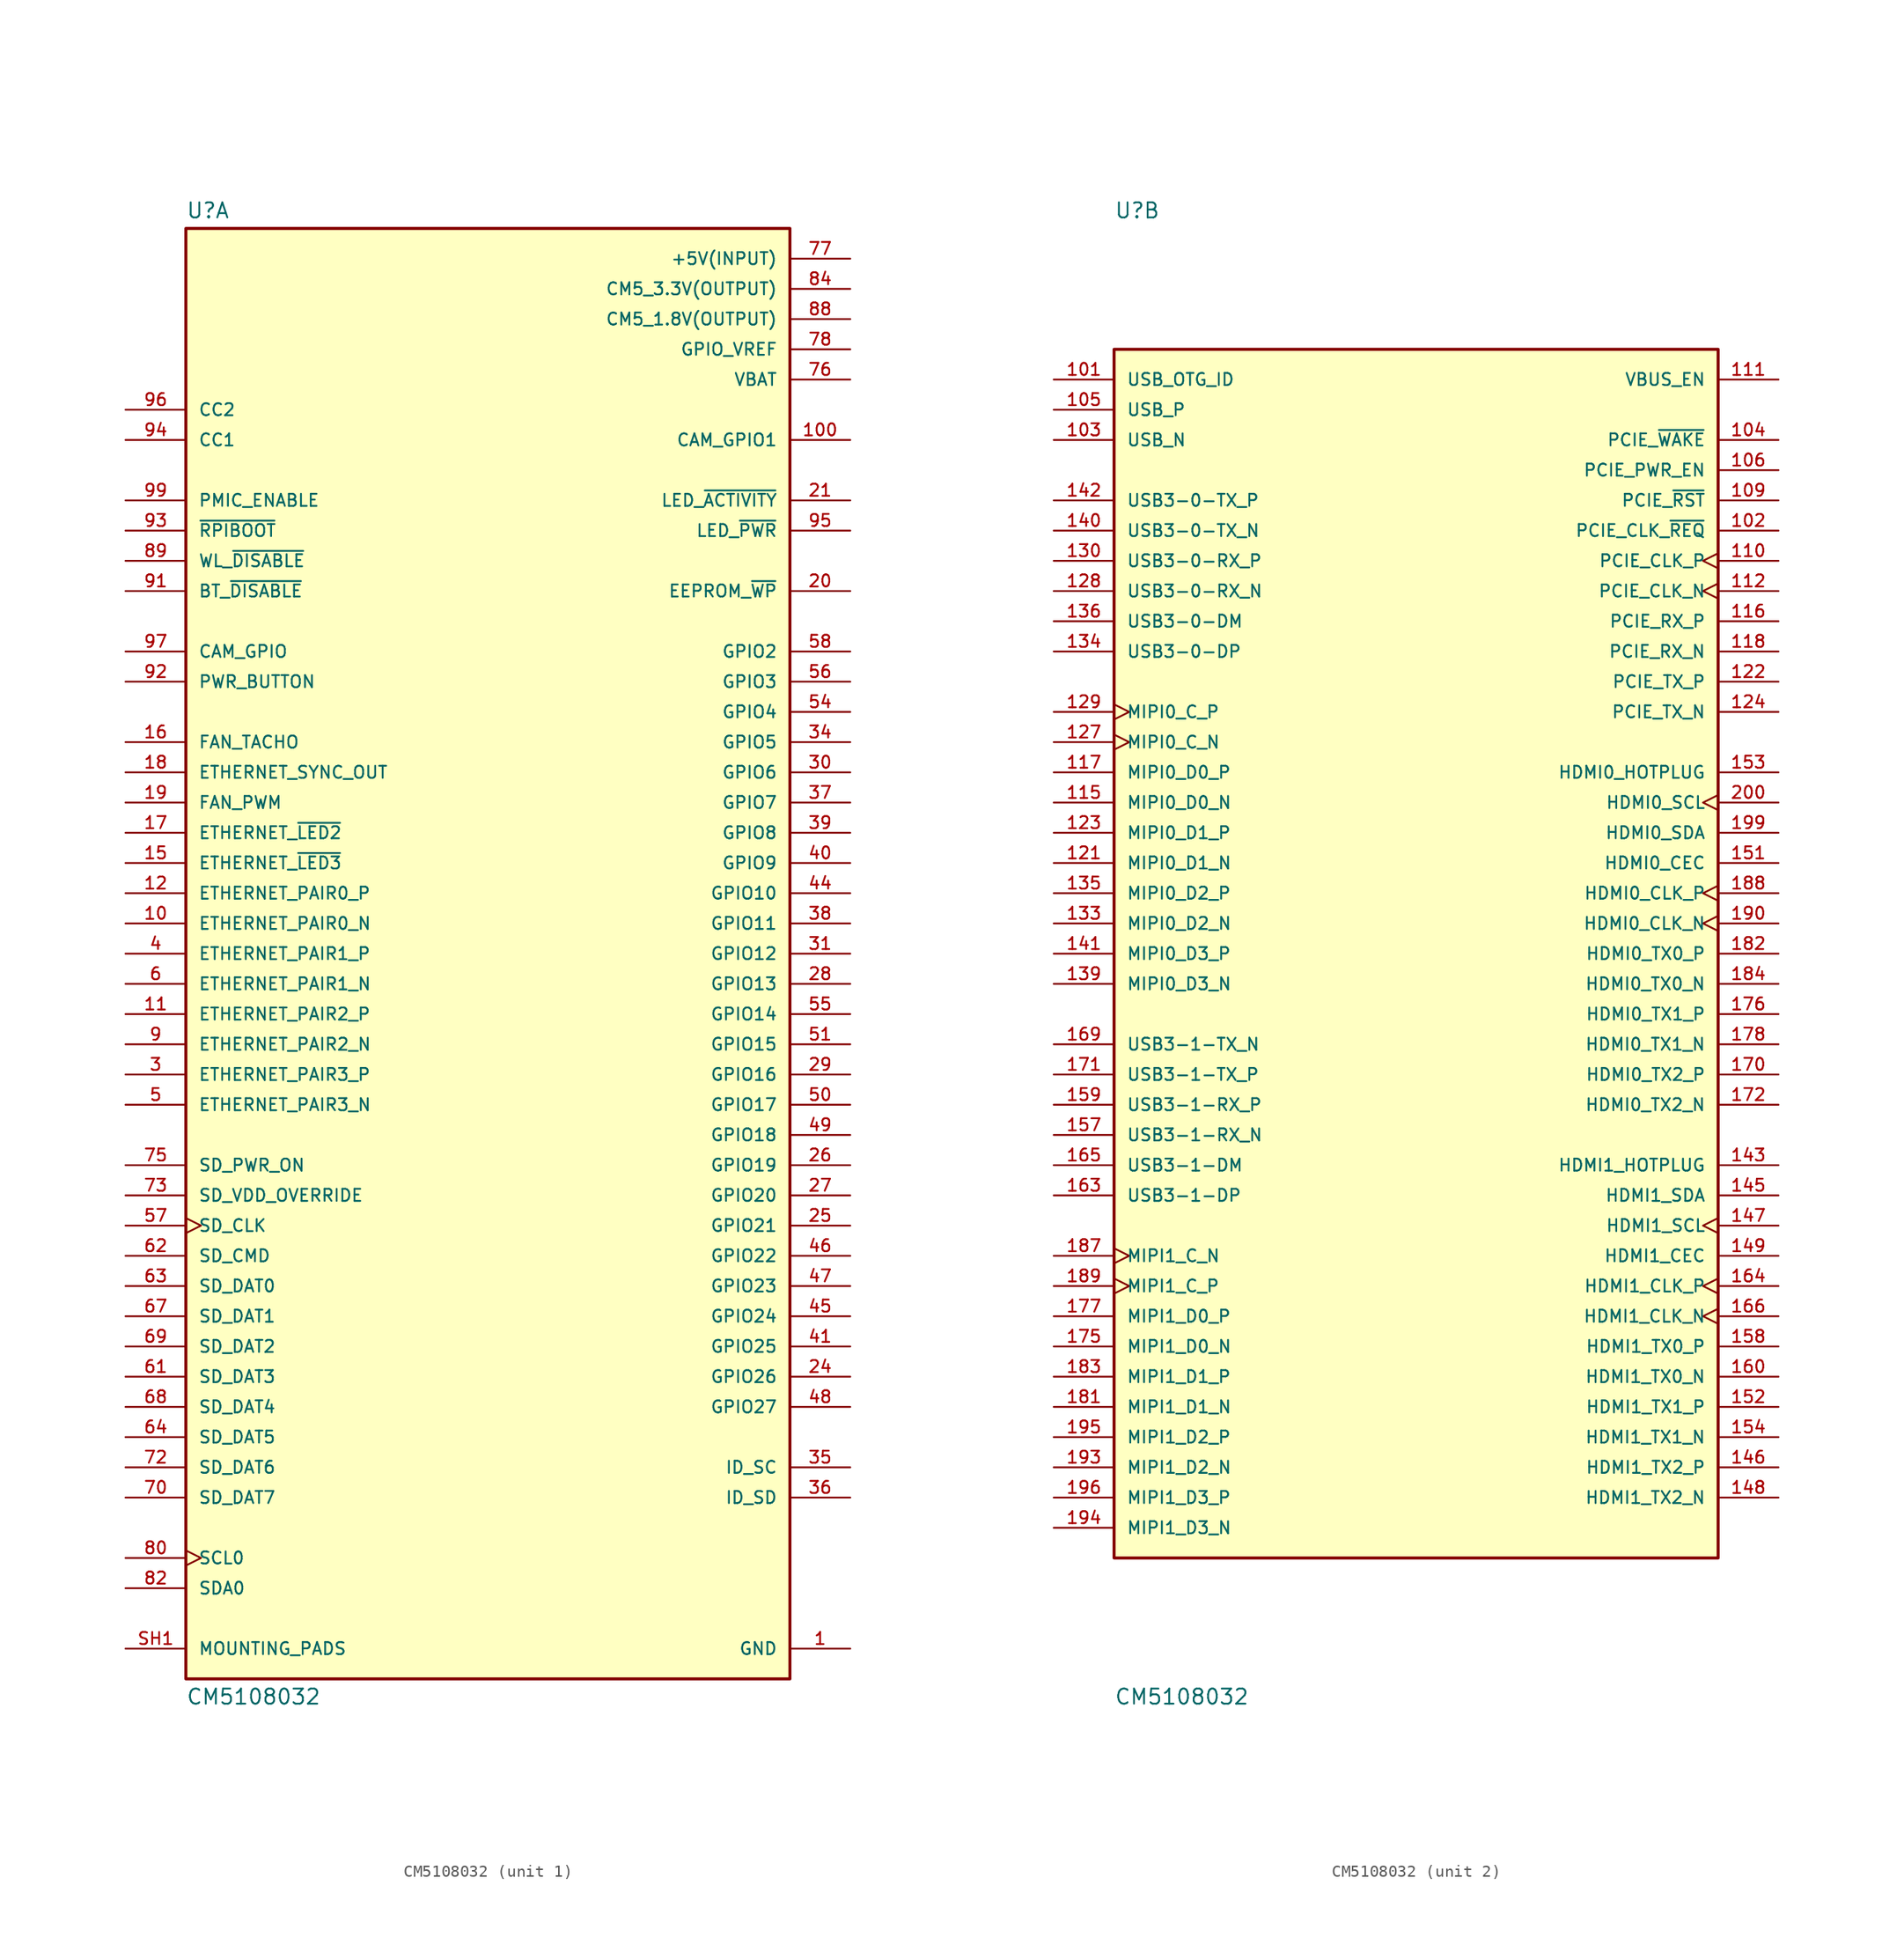
<source format=kicad_sym>
(kicad_symbol_lib
  (version 20241209)
  (generator "kicad_symbol_editor")
  (generator_version "9.0")
  (symbol "CM5108032"
    (pin_names
      (offset 1.016))
    (property "Reference" "U"
      (at -25.4 61.722 0)
      (effects (font (size 1.27 1.27)) (justify left bottom)))
    (property "Value" "CM5108032"
      (at -25.4 -61.722 0)
      (effects (font (size 1.27 1.27)) (justify left top)))
    (symbol "CM5108032_1_0"
      (rectangle (start -25.4 -60.96) (end 25.4 60.96) (stroke (width 0.254) (type default)) (fill (type background)))
      (pin bidirectional line (at -30.48 45.72 0) (length 5.08) (name "CC2" (effects (font (size 1.016 1.016)))) (number "96" (effects (font (size 1.016 1.016)))))
      (pin bidirectional line (at -30.48 43.18 0) (length 5.08) (name "CC1" (effects (font (size 1.016 1.016)))) (number "94" (effects (font (size 1.016 1.016)))))
      (pin input line (at -30.48 38.1 0) (length 5.08) (name "PMIC_ENABLE" (effects (font (size 1.016 1.016)))) (number "99" (effects (font (size 1.016 1.016)))))
      (pin input line (at -30.48 35.56 0) (length 5.08) (name "~{RPIBOOT}" (effects (font (size 1.016 1.016)))) (number "93" (effects (font (size 1.016 1.016)))))
      (pin input line (at -30.48 33.02 0) (length 5.08) (name "WL_~{DISABLE}" (effects (font (size 1.016 1.016)))) (number "89" (effects (font (size 1.016 1.016)))))
      (pin input line (at -30.48 30.48 0) (length 5.08) (name "BT_~{DISABLE}" (effects (font (size 1.016 1.016)))) (number "91" (effects (font (size 1.016 1.016)))))
      (pin bidirectional line (at -30.48 25.4 0) (length 5.08) (name "CAM_GPIO" (effects (font (size 1.016 1.016)))) (number "97" (effects (font (size 1.016 1.016)))))
      (pin input line (at -30.48 22.86 0) (length 5.08) (name "PWR_BUTTON" (effects (font (size 1.016 1.016)))) (number "92" (effects (font (size 1.016 1.016)))))
      (pin input line (at -30.48 17.78 0) (length 5.08) (name "FAN_TACHO" (effects (font (size 1.016 1.016)))) (number "16" (effects (font (size 1.016 1.016)))))
      (pin output line (at -30.48 15.24 0) (length 5.08) (name "ETHERNET_SYNC_OUT" (effects (font (size 1.016 1.016)))) (number "18" (effects (font (size 1.016 1.016)))))
      (pin output line (at -30.48 12.7 0) (length 5.08) (name "FAN_PWM" (effects (font (size 1.016 1.016)))) (number "19" (effects (font (size 1.016 1.016)))))
      (pin output line (at -30.48 10.16 0) (length 5.08) (name "ETHERNET_~{LED2}" (effects (font (size 1.016 1.016)))) (number "17" (effects (font (size 1.016 1.016)))))
      (pin output line (at -30.48 7.62 0) (length 5.08) (name "ETHERNET_~{LED3}" (effects (font (size 1.016 1.016)))) (number "15" (effects (font (size 1.016 1.016)))))
      (pin bidirectional line (at -30.48 5.08 0) (length 5.08) (name "ETHERNET_PAIR0_P" (effects (font (size 1.016 1.016)))) (number "12" (effects (font (size 1.016 1.016)))))
      (pin bidirectional line (at -30.48 2.54 0) (length 5.08) (name "ETHERNET_PAIR0_N" (effects (font (size 1.016 1.016)))) (number "10" (effects (font (size 1.016 1.016)))))
      (pin bidirectional line (at -30.48 0 0) (length 5.08) (name "ETHERNET_PAIR1_P" (effects (font (size 1.016 1.016)))) (number "4" (effects (font (size 1.016 1.016)))))
      (pin bidirectional line (at -30.48 -2.54 0) (length 5.08) (name "ETHERNET_PAIR1_N" (effects (font (size 1.016 1.016)))) (number "6" (effects (font (size 1.016 1.016)))))
      (pin bidirectional line (at -30.48 -5.08 0) (length 5.08) (name "ETHERNET_PAIR2_P" (effects (font (size 1.016 1.016)))) (number "11" (effects (font (size 1.016 1.016)))))
      (pin bidirectional line (at -30.48 -7.62 0) (length 5.08) (name "ETHERNET_PAIR2_N" (effects (font (size 1.016 1.016)))) (number "9" (effects (font (size 1.016 1.016)))))
      (pin bidirectional line (at -30.48 -10.16 0) (length 5.08) (name "ETHERNET_PAIR3_P" (effects (font (size 1.016 1.016)))) (number "3" (effects (font (size 1.016 1.016)))))
      (pin bidirectional line (at -30.48 -12.7 0) (length 5.08) (name "ETHERNET_PAIR3_N" (effects (font (size 1.016 1.016)))) (number "5" (effects (font (size 1.016 1.016)))))
      (pin output line (at -30.48 -17.78 0) (length 5.08) (name "SD_PWR_ON" (effects (font (size 1.016 1.016)))) (number "75" (effects (font (size 1.016 1.016)))))
      (pin input line (at -30.48 -20.32 0) (length 5.08) (name "SD_VDD_OVERRIDE" (effects (font (size 1.016 1.016)))) (number "73" (effects (font (size 1.016 1.016)))))
      (pin bidirectional clock (at -30.48 -22.86 0) (length 5.08) (name "SD_CLK" (effects (font (size 1.016 1.016)))) (number "57" (effects (font (size 1.016 1.016)))))
      (pin input line (at -30.48 -25.4 0) (length 5.08) (name "SD_CMD" (effects (font (size 1.016 1.016)))) (number "62" (effects (font (size 1.016 1.016)))))
      (pin bidirectional line (at -30.48 -27.94 0) (length 5.08) (name "SD_DAT0" (effects (font (size 1.016 1.016)))) (number "63" (effects (font (size 1.016 1.016)))))
      (pin bidirectional line (at -30.48 -30.48 0) (length 5.08) (name "SD_DAT1" (effects (font (size 1.016 1.016)))) (number "67" (effects (font (size 1.016 1.016)))))
      (pin bidirectional line (at -30.48 -33.02 0) (length 5.08) (name "SD_DAT2" (effects (font (size 1.016 1.016)))) (number "69" (effects (font (size 1.016 1.016)))))
      (pin bidirectional line (at -30.48 -35.56 0) (length 5.08) (name "SD_DAT3" (effects (font (size 1.016 1.016)))) (number "61" (effects (font (size 1.016 1.016)))))
      (pin bidirectional line (at -30.48 -38.1 0) (length 5.08) (name "SD_DAT4" (effects (font (size 1.016 1.016)))) (number "68" (effects (font (size 1.016 1.016)))))
      (pin bidirectional line (at -30.48 -40.64 0) (length 5.08) (name "SD_DAT5" (effects (font (size 1.016 1.016)))) (number "64" (effects (font (size 1.016 1.016)))))
      (pin bidirectional line (at -30.48 -43.18 0) (length 5.08) (name "SD_DAT6" (effects (font (size 1.016 1.016)))) (number "72" (effects (font (size 1.016 1.016)))))
      (pin bidirectional line (at -30.48 -45.72 0) (length 5.08) (name "SD_DAT7" (effects (font (size 1.016 1.016)))) (number "70" (effects (font (size 1.016 1.016)))))
      (pin input clock (at -30.48 -50.8 0) (length 5.08) (name "SCL0" (effects (font (size 1.016 1.016)))) (number "80" (effects (font (size 1.016 1.016)))))
      (pin bidirectional line (at -30.48 -53.34 0) (length 5.08) (name "SDA0" (effects (font (size 1.016 1.016)))) (number "82" (effects (font (size 1.016 1.016)))))
      (pin passive line (at -30.48 -58.42 0) (length 5.08) (name "MOUNTING_PADS" (effects (font (size 1.016 1.016)))) (number "SH1" (effects (font (size 1.016 1.016)))))
      (pin passive line (at -30.48 -58.42 0) (length 5.08) (hide yes) (name "MOUNTING_PADS" (effects (font (size 1.016 1.016)))) (number "SH2" (effects (font (size 1.016 1.016)))))
      (pin passive line (at -30.48 -58.42 0) (length 5.08) (hide yes) (name "MOUNTING_PADS" (effects (font (size 1.016 1.016)))) (number "SH3" (effects (font (size 1.016 1.016)))))
      (pin passive line (at -30.48 -58.42 0) (length 5.08) (hide yes) (name "MOUNTING_PADS" (effects (font (size 1.016 1.016)))) (number "SH4" (effects (font (size 1.016 1.016)))))
      (pin power_in line (at 30.48 58.42 180) (length 5.08) (name "+5V(INPUT)" (effects (font (size 1.016 1.016)))) (number "77" (effects (font (size 1.016 1.016)))))
      (pin power_in line (at 30.48 58.42 180) (length 5.08) (hide yes) (name "+5V(INPUT)" (effects (font (size 1.016 1.016)))) (number "79" (effects (font (size 1.016 1.016)))))
      (pin power_in line (at 30.48 58.42 180) (length 5.08) (hide yes) (name "+5V(INPUT)" (effects (font (size 1.016 1.016)))) (number "81" (effects (font (size 1.016 1.016)))))
      (pin power_in line (at 30.48 58.42 180) (length 5.08) (hide yes) (name "+5V(INPUT)" (effects (font (size 1.016 1.016)))) (number "83" (effects (font (size 1.016 1.016)))))
      (pin power_in line (at 30.48 58.42 180) (length 5.08) (hide yes) (name "+5V(INPUT)" (effects (font (size 1.016 1.016)))) (number "85" (effects (font (size 1.016 1.016)))))
      (pin power_in line (at 30.48 58.42 180) (length 5.08) (hide yes) (name "+5V(INPUT)" (effects (font (size 1.016 1.016)))) (number "87" (effects (font (size 1.016 1.016)))))
      (pin power_in line (at 30.48 55.88 180) (length 5.08) (name "CM5_3.3V(OUTPUT)" (effects (font (size 1.016 1.016)))) (number "84" (effects (font (size 1.016 1.016)))))
      (pin power_in line (at 30.48 55.88 180) (length 5.08) (hide yes) (name "CM5_3.3V(OUTPUT)" (effects (font (size 1.016 1.016)))) (number "86" (effects (font (size 1.016 1.016)))))
      (pin power_in line (at 30.48 53.34 180) (length 5.08) (name "CM5_1.8V(OUTPUT)" (effects (font (size 1.016 1.016)))) (number "88" (effects (font (size 1.016 1.016)))))
      (pin power_in line (at 30.48 53.34 180) (length 5.08) (hide yes) (name "CM5_1.8V(OUTPUT)" (effects (font (size 1.016 1.016)))) (number "90" (effects (font (size 1.016 1.016)))))
      (pin power_in line (at 30.48 50.8 180) (length 5.08) (name "GPIO_VREF" (effects (font (size 1.016 1.016)))) (number "78" (effects (font (size 1.016 1.016)))))
      (pin power_in line (at 30.48 48.26 180) (length 5.08) (name "VBAT" (effects (font (size 1.016 1.016)))) (number "76" (effects (font (size 1.016 1.016)))))
      (pin output line (at 30.48 43.18 180) (length 5.08) (name "CAM_GPIO1" (effects (font (size 1.016 1.016)))) (number "100" (effects (font (size 1.016 1.016)))))
      (pin bidirectional line (at 30.48 38.1 180) (length 5.08) (name "LED_~{ACTIVITY}" (effects (font (size 1.016 1.016)))) (number "21" (effects (font (size 1.016 1.016)))))
      (pin output line (at 30.48 35.56 180) (length 5.08) (name "LED_~{PWR}" (effects (font (size 1.016 1.016)))) (number "95" (effects (font (size 1.016 1.016)))))
      (pin bidirectional line (at 30.48 30.48 180) (length 5.08) (name "EEPROM_~{WP}" (effects (font (size 1.016 1.016)))) (number "20" (effects (font (size 1.016 1.016)))))
      (pin bidirectional line (at 30.48 25.4 180) (length 5.08) (name "GPIO2" (effects (font (size 1.016 1.016)))) (number "58" (effects (font (size 1.016 1.016)))))
      (pin bidirectional line (at 30.48 22.86 180) (length 5.08) (name "GPIO3" (effects (font (size 1.016 1.016)))) (number "56" (effects (font (size 1.016 1.016)))))
      (pin bidirectional line (at 30.48 20.32 180) (length 5.08) (name "GPIO4" (effects (font (size 1.016 1.016)))) (number "54" (effects (font (size 1.016 1.016)))))
      (pin bidirectional line (at 30.48 17.78 180) (length 5.08) (name "GPIO5" (effects (font (size 1.016 1.016)))) (number "34" (effects (font (size 1.016 1.016)))))
      (pin bidirectional line (at 30.48 15.24 180) (length 5.08) (name "GPIO6" (effects (font (size 1.016 1.016)))) (number "30" (effects (font (size 1.016 1.016)))))
      (pin bidirectional line (at 30.48 12.7 180) (length 5.08) (name "GPIO7" (effects (font (size 1.016 1.016)))) (number "37" (effects (font (size 1.016 1.016)))))
      (pin bidirectional line (at 30.48 10.16 180) (length 5.08) (name "GPIO8" (effects (font (size 1.016 1.016)))) (number "39" (effects (font (size 1.016 1.016)))))
      (pin bidirectional line (at 30.48 7.62 180) (length 5.08) (name "GPIO9" (effects (font (size 1.016 1.016)))) (number "40" (effects (font (size 1.016 1.016)))))
      (pin bidirectional line (at 30.48 5.08 180) (length 5.08) (name "GPIO10" (effects (font (size 1.016 1.016)))) (number "44" (effects (font (size 1.016 1.016)))))
      (pin bidirectional line (at 30.48 2.54 180) (length 5.08) (name "GPIO11" (effects (font (size 1.016 1.016)))) (number "38" (effects (font (size 1.016 1.016)))))
      (pin bidirectional line (at 30.48 0 180) (length 5.08) (name "GPIO12" (effects (font (size 1.016 1.016)))) (number "31" (effects (font (size 1.016 1.016)))))
      (pin bidirectional line (at 30.48 -2.54 180) (length 5.08) (name "GPIO13" (effects (font (size 1.016 1.016)))) (number "28" (effects (font (size 1.016 1.016)))))
      (pin bidirectional line (at 30.48 -5.08 180) (length 5.08) (name "GPIO14" (effects (font (size 1.016 1.016)))) (number "55" (effects (font (size 1.016 1.016)))))
      (pin bidirectional line (at 30.48 -7.62 180) (length 5.08) (name "GPIO15" (effects (font (size 1.016 1.016)))) (number "51" (effects (font (size 1.016 1.016)))))
      (pin bidirectional line (at 30.48 -10.16 180) (length 5.08) (name "GPIO16" (effects (font (size 1.016 1.016)))) (number "29" (effects (font (size 1.016 1.016)))))
      (pin bidirectional line (at 30.48 -12.7 180) (length 5.08) (name "GPIO17" (effects (font (size 1.016 1.016)))) (number "50" (effects (font (size 1.016 1.016)))))
      (pin bidirectional line (at 30.48 -15.24 180) (length 5.08) (name "GPIO18" (effects (font (size 1.016 1.016)))) (number "49" (effects (font (size 1.016 1.016)))))
      (pin bidirectional line (at 30.48 -17.78 180) (length 5.08) (name "GPIO19" (effects (font (size 1.016 1.016)))) (number "26" (effects (font (size 1.016 1.016)))))
      (pin bidirectional line (at 30.48 -20.32 180) (length 5.08) (name "GPIO20" (effects (font (size 1.016 1.016)))) (number "27" (effects (font (size 1.016 1.016)))))
      (pin bidirectional line (at 30.48 -22.86 180) (length 5.08) (name "GPIO21" (effects (font (size 1.016 1.016)))) (number "25" (effects (font (size 1.016 1.016)))))
      (pin bidirectional line (at 30.48 -25.4 180) (length 5.08) (name "GPIO22" (effects (font (size 1.016 1.016)))) (number "46" (effects (font (size 1.016 1.016)))))
      (pin bidirectional line (at 30.48 -27.94 180) (length 5.08) (name "GPIO23" (effects (font (size 1.016 1.016)))) (number "47" (effects (font (size 1.016 1.016)))))
      (pin bidirectional line (at 30.48 -30.48 180) (length 5.08) (name "GPIO24" (effects (font (size 1.016 1.016)))) (number "45" (effects (font (size 1.016 1.016)))))
      (pin bidirectional line (at 30.48 -33.02 180) (length 5.08) (name "GPIO25" (effects (font (size 1.016 1.016)))) (number "41" (effects (font (size 1.016 1.016)))))
      (pin bidirectional line (at 30.48 -35.56 180) (length 5.08) (name "GPIO26" (effects (font (size 1.016 1.016)))) (number "24" (effects (font (size 1.016 1.016)))))
      (pin bidirectional line (at 30.48 -38.1 180) (length 5.08) (name "GPIO27" (effects (font (size 1.016 1.016)))) (number "48" (effects (font (size 1.016 1.016)))))
      (pin bidirectional line (at 30.48 -43.18 180) (length 5.08) (name "ID_SC" (effects (font (size 1.016 1.016)))) (number "35" (effects (font (size 1.016 1.016)))))
      (pin bidirectional line (at 30.48 -45.72 180) (length 5.08) (name "ID_SD" (effects (font (size 1.016 1.016)))) (number "36" (effects (font (size 1.016 1.016)))))
      (pin power_in line (at 30.48 -58.42 180) (length 5.08) (name "GND" (effects (font (size 1.016 1.016)))) (number "1" (effects (font (size 1.016 1.016)))))
      (pin power_in line (at 30.48 -58.42 180) (length 5.08) (hide yes) (name "GND" (effects (font (size 1.016 1.016)))) (number "107" (effects (font (size 1.016 1.016)))))
      (pin power_in line (at 30.48 -58.42 180) (length 5.08) (hide yes) (name "GND" (effects (font (size 1.016 1.016)))) (number "108" (effects (font (size 1.016 1.016)))))
      (pin power_in line (at 30.48 -58.42 180) (length 5.08) (hide yes) (name "GND" (effects (font (size 1.016 1.016)))) (number "113" (effects (font (size 1.016 1.016)))))
      (pin power_in line (at 30.48 -58.42 180) (length 5.08) (hide yes) (name "GND" (effects (font (size 1.016 1.016)))) (number "114" (effects (font (size 1.016 1.016)))))
      (pin power_in line (at 30.48 -58.42 180) (length 5.08) (hide yes) (name "GND" (effects (font (size 1.016 1.016)))) (number "119" (effects (font (size 1.016 1.016)))))
      (pin power_in line (at 30.48 -58.42 180) (length 5.08) (hide yes) (name "GND" (effects (font (size 1.016 1.016)))) (number "120" (effects (font (size 1.016 1.016)))))
      (pin power_in line (at 30.48 -58.42 180) (length 5.08) (hide yes) (name "GND" (effects (font (size 1.016 1.016)))) (number "125" (effects (font (size 1.016 1.016)))))
      (pin power_in line (at 30.48 -58.42 180) (length 5.08) (hide yes) (name "GND" (effects (font (size 1.016 1.016)))) (number "126" (effects (font (size 1.016 1.016)))))
      (pin power_in line (at 30.48 -58.42 180) (length 5.08) (hide yes) (name "GND" (effects (font (size 1.016 1.016)))) (number "13" (effects (font (size 1.016 1.016)))))
      (pin power_in line (at 30.48 -58.42 180) (length 5.08) (hide yes) (name "GND" (effects (font (size 1.016 1.016)))) (number "131" (effects (font (size 1.016 1.016)))))
      (pin power_in line (at 30.48 -58.42 180) (length 5.08) (hide yes) (name "GND" (effects (font (size 1.016 1.016)))) (number "132" (effects (font (size 1.016 1.016)))))
      (pin power_in line (at 30.48 -58.42 180) (length 5.08) (hide yes) (name "GND" (effects (font (size 1.016 1.016)))) (number "137" (effects (font (size 1.016 1.016)))))
      (pin power_in line (at 30.48 -58.42 180) (length 5.08) (hide yes) (name "GND" (effects (font (size 1.016 1.016)))) (number "138" (effects (font (size 1.016 1.016)))))
      (pin power_in line (at 30.48 -58.42 180) (length 5.08) (hide yes) (name "GND" (effects (font (size 1.016 1.016)))) (number "14" (effects (font (size 1.016 1.016)))))
      (pin power_in line (at 30.48 -58.42 180) (length 5.08) (hide yes) (name "GND" (effects (font (size 1.016 1.016)))) (number "144" (effects (font (size 1.016 1.016)))))
      (pin power_in line (at 30.48 -58.42 180) (length 5.08) (hide yes) (name "GND" (effects (font (size 1.016 1.016)))) (number "150" (effects (font (size 1.016 1.016)))))
      (pin power_in line (at 30.48 -58.42 180) (length 5.08) (hide yes) (name "GND" (effects (font (size 1.016 1.016)))) (number "155" (effects (font (size 1.016 1.016)))))
      (pin power_in line (at 30.48 -58.42 180) (length 5.08) (hide yes) (name "GND" (effects (font (size 1.016 1.016)))) (number "156" (effects (font (size 1.016 1.016)))))
      (pin power_in line (at 30.48 -58.42 180) (length 5.08) (hide yes) (name "GND" (effects (font (size 1.016 1.016)))) (number "161" (effects (font (size 1.016 1.016)))))
      (pin power_in line (at 30.48 -58.42 180) (length 5.08) (hide yes) (name "GND" (effects (font (size 1.016 1.016)))) (number "162" (effects (font (size 1.016 1.016)))))
      (pin power_in line (at 30.48 -58.42 180) (length 5.08) (hide yes) (name "GND" (effects (font (size 1.016 1.016)))) (number "167" (effects (font (size 1.016 1.016)))))
      (pin power_in line (at 30.48 -58.42 180) (length 5.08) (hide yes) (name "GND" (effects (font (size 1.016 1.016)))) (number "168" (effects (font (size 1.016 1.016)))))
      (pin power_in line (at 30.48 -58.42 180) (length 5.08) (hide yes) (name "GND" (effects (font (size 1.016 1.016)))) (number "173" (effects (font (size 1.016 1.016)))))
      (pin power_in line (at 30.48 -58.42 180) (length 5.08) (hide yes) (name "GND" (effects (font (size 1.016 1.016)))) (number "174" (effects (font (size 1.016 1.016)))))
      (pin power_in line (at 30.48 -58.42 180) (length 5.08) (hide yes) (name "GND" (effects (font (size 1.016 1.016)))) (number "179" (effects (font (size 1.016 1.016)))))
      (pin power_in line (at 30.48 -58.42 180) (length 5.08) (hide yes) (name "GND" (effects (font (size 1.016 1.016)))) (number "180" (effects (font (size 1.016 1.016)))))
      (pin power_in line (at 30.48 -58.42 180) (length 5.08) (hide yes) (name "GND" (effects (font (size 1.016 1.016)))) (number "185" (effects (font (size 1.016 1.016)))))
      (pin power_in line (at 30.48 -58.42 180) (length 5.08) (hide yes) (name "GND" (effects (font (size 1.016 1.016)))) (number "186" (effects (font (size 1.016 1.016)))))
      (pin power_in line (at 30.48 -58.42 180) (length 5.08) (hide yes) (name "GND" (effects (font (size 1.016 1.016)))) (number "191" (effects (font (size 1.016 1.016)))))
      (pin power_in line (at 30.48 -58.42 180) (length 5.08) (hide yes) (name "GND" (effects (font (size 1.016 1.016)))) (number "192" (effects (font (size 1.016 1.016)))))
      (pin power_in line (at 30.48 -58.42 180) (length 5.08) (hide yes) (name "GND" (effects (font (size 1.016 1.016)))) (number "197" (effects (font (size 1.016 1.016)))))
      (pin power_in line (at 30.48 -58.42 180) (length 5.08) (hide yes) (name "GND" (effects (font (size 1.016 1.016)))) (number "198" (effects (font (size 1.016 1.016)))))
      (pin power_in line (at 30.48 -58.42 180) (length 5.08) (hide yes) (name "GND" (effects (font (size 1.016 1.016)))) (number "2" (effects (font (size 1.016 1.016)))))
      (pin power_in line (at 30.48 -58.42 180) (length 5.08) (hide yes) (name "GND" (effects (font (size 1.016 1.016)))) (number "22" (effects (font (size 1.016 1.016)))))
      (pin power_in line (at 30.48 -58.42 180) (length 5.08) (hide yes) (name "GND" (effects (font (size 1.016 1.016)))) (number "23" (effects (font (size 1.016 1.016)))))
      (pin power_in line (at 30.48 -58.42 180) (length 5.08) (hide yes) (name "GND" (effects (font (size 1.016 1.016)))) (number "32" (effects (font (size 1.016 1.016)))))
      (pin power_in line (at 30.48 -58.42 180) (length 5.08) (hide yes) (name "GND" (effects (font (size 1.016 1.016)))) (number "33" (effects (font (size 1.016 1.016)))))
      (pin power_in line (at 30.48 -58.42 180) (length 5.08) (hide yes) (name "GND" (effects (font (size 1.016 1.016)))) (number "42" (effects (font (size 1.016 1.016)))))
      (pin power_in line (at 30.48 -58.42 180) (length 5.08) (hide yes) (name "GND" (effects (font (size 1.016 1.016)))) (number "43" (effects (font (size 1.016 1.016)))))
      (pin power_in line (at 30.48 -58.42 180) (length 5.08) (hide yes) (name "GND" (effects (font (size 1.016 1.016)))) (number "52" (effects (font (size 1.016 1.016)))))
      (pin power_in line (at 30.48 -58.42 180) (length 5.08) (hide yes) (name "GND" (effects (font (size 1.016 1.016)))) (number "53" (effects (font (size 1.016 1.016)))))
      (pin power_in line (at 30.48 -58.42 180) (length 5.08) (hide yes) (name "GND" (effects (font (size 1.016 1.016)))) (number "59" (effects (font (size 1.016 1.016)))))
      (pin power_in line (at 30.48 -58.42 180) (length 5.08) (hide yes) (name "GND" (effects (font (size 1.016 1.016)))) (number "60" (effects (font (size 1.016 1.016)))))
      (pin power_in line (at 30.48 -58.42 180) (length 5.08) (hide yes) (name "GND" (effects (font (size 1.016 1.016)))) (number "65" (effects (font (size 1.016 1.016)))))
      (pin power_in line (at 30.48 -58.42 180) (length 5.08) (hide yes) (name "GND" (effects (font (size 1.016 1.016)))) (number "66" (effects (font (size 1.016 1.016)))))
      (pin power_in line (at 30.48 -58.42 180) (length 5.08) (hide yes) (name "GND" (effects (font (size 1.016 1.016)))) (number "7" (effects (font (size 1.016 1.016)))))
      (pin power_in line (at 30.48 -58.42 180) (length 5.08) (hide yes) (name "GND" (effects (font (size 1.016 1.016)))) (number "71" (effects (font (size 1.016 1.016)))))
      (pin power_in line (at 30.48 -58.42 180) (length 5.08) (hide yes) (name "GND" (effects (font (size 1.016 1.016)))) (number "74" (effects (font (size 1.016 1.016)))))
      (pin power_in line (at 30.48 -58.42 180) (length 5.08) (hide yes) (name "GND" (effects (font (size 1.016 1.016)))) (number "8" (effects (font (size 1.016 1.016)))))
      (pin power_in line (at 30.48 -58.42 180) (length 5.08) (hide yes) (name "GND" (effects (font (size 1.016 1.016)))) (number "98" (effects (font (size 1.016 1.016))))))
    (symbol "CM5108032_2_0"
      (rectangle (start -25.4 -50.8) (end 25.4 50.8) (stroke (width 0.254) (type default)) (fill (type background)))
      (pin input line (at -30.48 48.26 0) (length 5.08) (name "USB_OTG_ID" (effects (font (size 1.016 1.016)))) (number "101" (effects (font (size 1.016 1.016)))))
      (pin bidirectional line (at -30.48 45.72 0) (length 5.08) (name "USB_P" (effects (font (size 1.016 1.016)))) (number "105" (effects (font (size 1.016 1.016)))))
      (pin bidirectional line (at -30.48 43.18 0) (length 5.08) (name "USB_N" (effects (font (size 1.016 1.016)))) (number "103" (effects (font (size 1.016 1.016)))))
      (pin bidirectional line (at -30.48 38.1 0) (length 5.08) (name "USB3-0-TX_P" (effects (font (size 1.016 1.016)))) (number "142" (effects (font (size 1.016 1.016)))))
      (pin bidirectional line (at -30.48 35.56 0) (length 5.08) (name "USB3-0-TX_N" (effects (font (size 1.016 1.016)))) (number "140" (effects (font (size 1.016 1.016)))))
      (pin bidirectional line (at -30.48 33.02 0) (length 5.08) (name "USB3-0-RX_P" (effects (font (size 1.016 1.016)))) (number "130" (effects (font (size 1.016 1.016)))))
      (pin bidirectional line (at -30.48 30.48 0) (length 5.08) (name "USB3-0-RX_N" (effects (font (size 1.016 1.016)))) (number "128" (effects (font (size 1.016 1.016)))))
      (pin bidirectional line (at -30.48 27.94 0) (length 5.08) (name "USB3-0-DM" (effects (font (size 1.016 1.016)))) (number "136" (effects (font (size 1.016 1.016)))))
      (pin bidirectional line (at -30.48 25.4 0) (length 5.08) (name "USB3-0-DP" (effects (font (size 1.016 1.016)))) (number "134" (effects (font (size 1.016 1.016)))))
      (pin input clock (at -30.48 20.32 0) (length 5.08) (name "MIPI0_C_P" (effects (font (size 1.016 1.016)))) (number "129" (effects (font (size 1.016 1.016)))))
      (pin input clock (at -30.48 17.78 0) (length 5.08) (name "MIPI0_C_N" (effects (font (size 1.016 1.016)))) (number "127" (effects (font (size 1.016 1.016)))))
      (pin input line (at -30.48 15.24 0) (length 5.08) (name "MIPI0_D0_P" (effects (font (size 1.016 1.016)))) (number "117" (effects (font (size 1.016 1.016)))))
      (pin input line (at -30.48 12.7 0) (length 5.08) (name "MIPI0_D0_N" (effects (font (size 1.016 1.016)))) (number "115" (effects (font (size 1.016 1.016)))))
      (pin input line (at -30.48 10.16 0) (length 5.08) (name "MIPI0_D1_P" (effects (font (size 1.016 1.016)))) (number "123" (effects (font (size 1.016 1.016)))))
      (pin input line (at -30.48 7.62 0) (length 5.08) (name "MIPI0_D1_N" (effects (font (size 1.016 1.016)))) (number "121" (effects (font (size 1.016 1.016)))))
      (pin input line (at -30.48 5.08 0) (length 5.08) (name "MIPI0_D2_P" (effects (font (size 1.016 1.016)))) (number "135" (effects (font (size 1.016 1.016)))))
      (pin input line (at -30.48 2.54 0) (length 5.08) (name "MIPI0_D2_N" (effects (font (size 1.016 1.016)))) (number "133" (effects (font (size 1.016 1.016)))))
      (pin input line (at -30.48 0 0) (length 5.08) (name "MIPI0_D3_P" (effects (font (size 1.016 1.016)))) (number "141" (effects (font (size 1.016 1.016)))))
      (pin input line (at -30.48 -2.54 0) (length 5.08) (name "MIPI0_D3_N" (effects (font (size 1.016 1.016)))) (number "139" (effects (font (size 1.016 1.016)))))
      (pin bidirectional line (at -30.48 -7.62 0) (length 5.08) (name "USB3-1-TX_N" (effects (font (size 1.016 1.016)))) (number "169" (effects (font (size 1.016 1.016)))))
      (pin bidirectional line (at -30.48 -10.16 0) (length 5.08) (name "USB3-1-TX_P" (effects (font (size 1.016 1.016)))) (number "171" (effects (font (size 1.016 1.016)))))
      (pin bidirectional line (at -30.48 -12.7 0) (length 5.08) (name "USB3-1-RX_P" (effects (font (size 1.016 1.016)))) (number "159" (effects (font (size 1.016 1.016)))))
      (pin bidirectional line (at -30.48 -15.24 0) (length 5.08) (name "USB3-1-RX_N" (effects (font (size 1.016 1.016)))) (number "157" (effects (font (size 1.016 1.016)))))
      (pin bidirectional line (at -30.48 -17.78 0) (length 5.08) (name "USB3-1-DM" (effects (font (size 1.016 1.016)))) (number "165" (effects (font (size 1.016 1.016)))))
      (pin bidirectional line (at -30.48 -20.32 0) (length 5.08) (name "USB3-1-DP" (effects (font (size 1.016 1.016)))) (number "163" (effects (font (size 1.016 1.016)))))
      (pin output clock (at -30.48 -25.4 0) (length 5.08) (name "MIPI1_C_N" (effects (font (size 1.016 1.016)))) (number "187" (effects (font (size 1.016 1.016)))))
      (pin output clock (at -30.48 -27.94 0) (length 5.08) (name "MIPI1_C_P" (effects (font (size 1.016 1.016)))) (number "189" (effects (font (size 1.016 1.016)))))
      (pin output line (at -30.48 -30.48 0) (length 5.08) (name "MIPI1_D0_P" (effects (font (size 1.016 1.016)))) (number "177" (effects (font (size 1.016 1.016)))))
      (pin output line (at -30.48 -33.02 0) (length 5.08) (name "MIPI1_D0_N" (effects (font (size 1.016 1.016)))) (number "175" (effects (font (size 1.016 1.016)))))
      (pin output line (at -30.48 -35.56 0) (length 5.08) (name "MIPI1_D1_P" (effects (font (size 1.016 1.016)))) (number "183" (effects (font (size 1.016 1.016)))))
      (pin output line (at -30.48 -38.1 0) (length 5.08) (name "MIPI1_D1_N" (effects (font (size 1.016 1.016)))) (number "181" (effects (font (size 1.016 1.016)))))
      (pin output line (at -30.48 -40.64 0) (length 5.08) (name "MIPI1_D2_P" (effects (font (size 1.016 1.016)))) (number "195" (effects (font (size 1.016 1.016)))))
      (pin output line (at -30.48 -43.18 0) (length 5.08) (name "MIPI1_D2_N" (effects (font (size 1.016 1.016)))) (number "193" (effects (font (size 1.016 1.016)))))
      (pin output line (at -30.48 -45.72 0) (length 5.08) (name "MIPI1_D3_P" (effects (font (size 1.016 1.016)))) (number "196" (effects (font (size 1.016 1.016)))))
      (pin output line (at -30.48 -48.26 0) (length 5.08) (name "MIPI1_D3_N" (effects (font (size 1.016 1.016)))) (number "194" (effects (font (size 1.016 1.016)))))
      (pin output line (at 30.48 48.26 180) (length 5.08) (name "VBUS_EN" (effects (font (size 1.016 1.016)))) (number "111" (effects (font (size 1.016 1.016)))))
      (pin input line (at 30.48 43.18 180) (length 5.08) (name "PCIE_~{WAKE}" (effects (font (size 1.016 1.016)))) (number "104" (effects (font (size 1.016 1.016)))))
      (pin output line (at 30.48 40.64 180) (length 5.08) (name "PCIE_PWR_EN" (effects (font (size 1.016 1.016)))) (number "106" (effects (font (size 1.016 1.016)))))
      (pin output line (at 30.48 38.1 180) (length 5.08) (name "PCIE_~{RST}" (effects (font (size 1.016 1.016)))) (number "109" (effects (font (size 1.016 1.016)))))
      (pin input line (at 30.48 35.56 180) (length 5.08) (name "PCIE_CLK_~{REQ}" (effects (font (size 1.016 1.016)))) (number "102" (effects (font (size 1.016 1.016)))))
      (pin output clock (at 30.48 33.02 180) (length 5.08) (name "PCIE_CLK_P" (effects (font (size 1.016 1.016)))) (number "110" (effects (font (size 1.016 1.016)))))
      (pin output clock (at 30.48 30.48 180) (length 5.08) (name "PCIE_CLK_N" (effects (font (size 1.016 1.016)))) (number "112" (effects (font (size 1.016 1.016)))))
      (pin input line (at 30.48 27.94 180) (length 5.08) (name "PCIE_RX_P" (effects (font (size 1.016 1.016)))) (number "116" (effects (font (size 1.016 1.016)))))
      (pin input line (at 30.48 25.4 180) (length 5.08) (name "PCIE_RX_N" (effects (font (size 1.016 1.016)))) (number "118" (effects (font (size 1.016 1.016)))))
      (pin output line (at 30.48 22.86 180) (length 5.08) (name "PCIE_TX_P" (effects (font (size 1.016 1.016)))) (number "122" (effects (font (size 1.016 1.016)))))
      (pin output line (at 30.48 20.32 180) (length 5.08) (name "PCIE_TX_N" (effects (font (size 1.016 1.016)))) (number "124" (effects (font (size 1.016 1.016)))))
      (pin input line (at 30.48 15.24 180) (length 5.08) (name "HDMI0_HOTPLUG" (effects (font (size 1.016 1.016)))) (number "153" (effects (font (size 1.016 1.016)))))
      (pin bidirectional clock (at 30.48 12.7 180) (length 5.08) (name "HDMI0_SCL" (effects (font (size 1.016 1.016)))) (number "200" (effects (font (size 1.016 1.016)))))
      (pin bidirectional line (at 30.48 10.16 180) (length 5.08) (name "HDMI0_SDA" (effects (font (size 1.016 1.016)))) (number "199" (effects (font (size 1.016 1.016)))))
      (pin input line (at 30.48 7.62 180) (length 5.08) (name "HDMI0_CEC" (effects (font (size 1.016 1.016)))) (number "151" (effects (font (size 1.016 1.016)))))
      (pin output clock (at 30.48 5.08 180) (length 5.08) (name "HDMI0_CLK_P" (effects (font (size 1.016 1.016)))) (number "188" (effects (font (size 1.016 1.016)))))
      (pin output clock (at 30.48 2.54 180) (length 5.08) (name "HDMI0_CLK_N" (effects (font (size 1.016 1.016)))) (number "190" (effects (font (size 1.016 1.016)))))
      (pin output line (at 30.48 0 180) (length 5.08) (name "HDMI0_TX0_P" (effects (font (size 1.016 1.016)))) (number "182" (effects (font (size 1.016 1.016)))))
      (pin output line (at 30.48 -2.54 180) (length 5.08) (name "HDMI0_TX0_N" (effects (font (size 1.016 1.016)))) (number "184" (effects (font (size 1.016 1.016)))))
      (pin output line (at 30.48 -5.08 180) (length 5.08) (name "HDMI0_TX1_P" (effects (font (size 1.016 1.016)))) (number "176" (effects (font (size 1.016 1.016)))))
      (pin output line (at 30.48 -7.62 180) (length 5.08) (name "HDMI0_TX1_N" (effects (font (size 1.016 1.016)))) (number "178" (effects (font (size 1.016 1.016)))))
      (pin output line (at 30.48 -10.16 180) (length 5.08) (name "HDMI0_TX2_P" (effects (font (size 1.016 1.016)))) (number "170" (effects (font (size 1.016 1.016)))))
      (pin output line (at 30.48 -12.7 180) (length 5.08) (name "HDMI0_TX2_N" (effects (font (size 1.016 1.016)))) (number "172" (effects (font (size 1.016 1.016)))))
      (pin input line (at 30.48 -17.78 180) (length 5.08) (name "HDMI1_HOTPLUG" (effects (font (size 1.016 1.016)))) (number "143" (effects (font (size 1.016 1.016)))))
      (pin bidirectional line (at 30.48 -20.32 180) (length 5.08) (name "HDMI1_SDA" (effects (font (size 1.016 1.016)))) (number "145" (effects (font (size 1.016 1.016)))))
      (pin bidirectional clock (at 30.48 -22.86 180) (length 5.08) (name "HDMI1_SCL" (effects (font (size 1.016 1.016)))) (number "147" (effects (font (size 1.016 1.016)))))
      (pin input line (at 30.48 -25.4 180) (length 5.08) (name "HDMI1_CEC" (effects (font (size 1.016 1.016)))) (number "149" (effects (font (size 1.016 1.016)))))
      (pin output clock (at 30.48 -27.94 180) (length 5.08) (name "HDMI1_CLK_P" (effects (font (size 1.016 1.016)))) (number "164" (effects (font (size 1.016 1.016)))))
      (pin output clock (at 30.48 -30.48 180) (length 5.08) (name "HDMI1_CLK_N" (effects (font (size 1.016 1.016)))) (number "166" (effects (font (size 1.016 1.016)))))
      (pin output line (at 30.48 -33.02 180) (length 5.08) (name "HDMI1_TX0_P" (effects (font (size 1.016 1.016)))) (number "158" (effects (font (size 1.016 1.016)))))
      (pin output line (at 30.48 -35.56 180) (length 5.08) (name "HDMI1_TX0_N" (effects (font (size 1.016 1.016)))) (number "160" (effects (font (size 1.016 1.016)))))
      (pin output line (at 30.48 -38.1 180) (length 5.08) (name "HDMI1_TX1_P" (effects (font (size 1.016 1.016)))) (number "152" (effects (font (size 1.016 1.016)))))
      (pin output line (at 30.48 -40.64 180) (length 5.08) (name "HDMI1_TX1_N" (effects (font (size 1.016 1.016)))) (number "154" (effects (font (size 1.016 1.016)))))
      (pin output line (at 30.48 -43.18 180) (length 5.08) (name "HDMI1_TX2_P" (effects (font (size 1.016 1.016)))) (number "146" (effects (font (size 1.016 1.016)))))
      (pin output line (at 30.48 -45.72 180) (length 5.08) (name "HDMI1_TX2_N" (effects (font (size 1.016 1.016)))) (number "148" (effects (font (size 1.016 1.016))))))))
</source>
